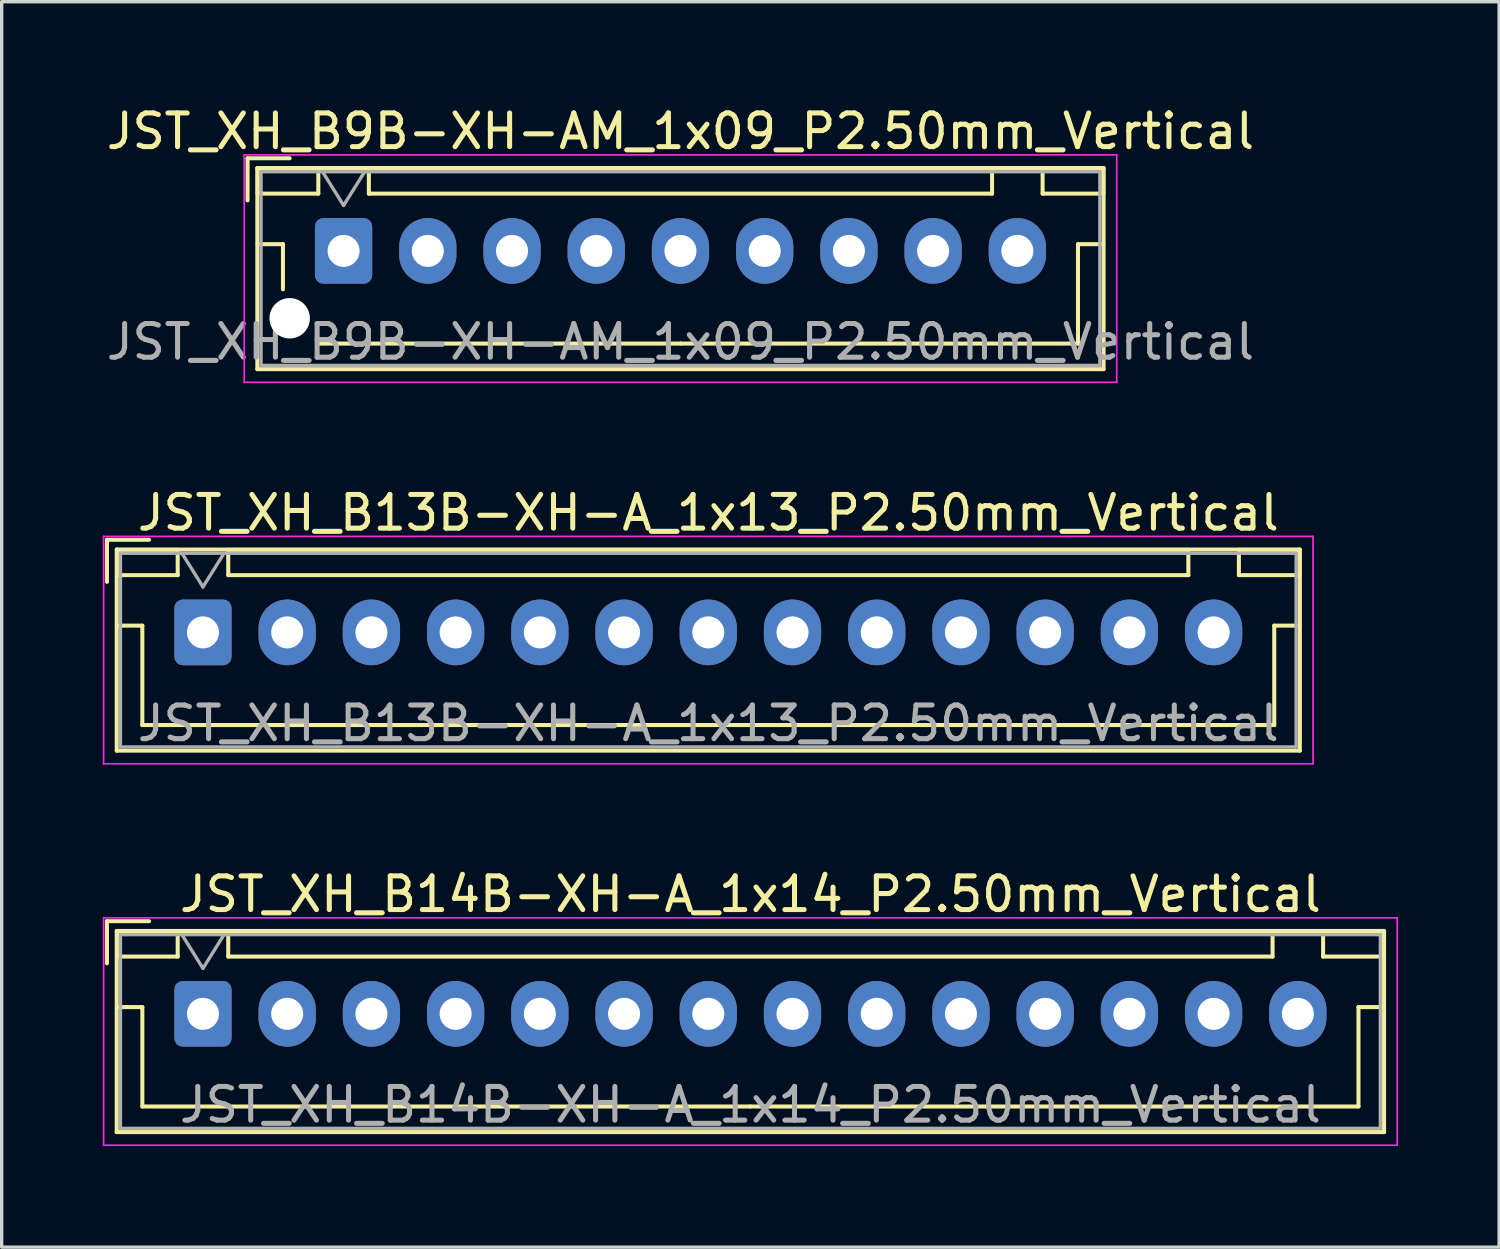
<source format=kicad_pcb>
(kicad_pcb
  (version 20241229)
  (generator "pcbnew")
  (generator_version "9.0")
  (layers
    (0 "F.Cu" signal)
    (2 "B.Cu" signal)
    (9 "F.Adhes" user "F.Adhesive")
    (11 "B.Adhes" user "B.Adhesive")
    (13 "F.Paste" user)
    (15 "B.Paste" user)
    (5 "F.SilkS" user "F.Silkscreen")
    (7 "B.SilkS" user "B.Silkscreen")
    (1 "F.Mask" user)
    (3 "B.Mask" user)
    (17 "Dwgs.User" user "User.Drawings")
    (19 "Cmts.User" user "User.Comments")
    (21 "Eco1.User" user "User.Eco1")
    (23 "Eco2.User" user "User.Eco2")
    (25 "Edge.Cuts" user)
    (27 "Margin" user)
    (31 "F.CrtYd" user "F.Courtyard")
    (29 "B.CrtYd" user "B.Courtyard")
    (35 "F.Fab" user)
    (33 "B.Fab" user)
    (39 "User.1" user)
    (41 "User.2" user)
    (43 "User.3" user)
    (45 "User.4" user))
  (footprint "JST_XH_B9B-XH-AM_1x09_P2.50mm_Vertical"
    (layer "F.Cu")
    (at 7.149 4.398)
    (property "Reference" "JST_XH_B9B-XH-AM_1x09_P2.50mm_Vertical" (at 10 -3.55 0) (layer "F.SilkS") (effects (font (size 1 1) (thickness 0.15))))
    (attr through_hole)
    (fp_line (start -2.85 -2.75) (end -2.85 -1.5) (stroke (width 0.12) (type solid)) (layer "F.SilkS"))
    (fp_line (start -2.56 -2.46) (end -2.56 3.51) (stroke (width 0.12) (type solid)) (layer "F.SilkS"))
    (fp_line (start -2.56 3.51) (end 22.56 3.51) (stroke (width 0.12) (type solid)) (layer "F.SilkS"))
    (fp_line (start -2.55 -2.45) (end -2.55 -1.7) (stroke (width 0.12) (type solid)) (layer "F.SilkS"))
    (fp_line (start -2.55 -1.7) (end -0.75 -1.7) (stroke (width 0.12) (type solid)) (layer "F.SilkS"))
    (fp_line (start -2.55 -0.2) (end -1.8 -0.2) (stroke (width 0.12) (type solid)) (layer "F.SilkS"))
    (fp_line (start -1.8 -0.2) (end -1.8 1.14) (stroke (width 0.12) (type solid)) (layer "F.SilkS"))
    (fp_line (start -1.6 -2.75) (end -2.85 -2.75) (stroke (width 0.12) (type solid)) (layer "F.SilkS"))
    (fp_line (start -0.75 -2.45) (end -2.55 -2.45) (stroke (width 0.12) (type solid)) (layer "F.SilkS"))
    (fp_line (start -0.75 -1.7) (end -0.75 -2.45) (stroke (width 0.12) (type solid)) (layer "F.SilkS"))
    (fp_line (start 0.75 -2.45) (end 0.75 -1.7) (stroke (width 0.12) (type solid)) (layer "F.SilkS"))
    (fp_line (start 0.75 -1.7) (end 19.25 -1.7) (stroke (width 0.12) (type solid)) (layer "F.SilkS"))
    (fp_line (start 10 2.75) (end -0.74 2.75) (stroke (width 0.12) (type solid)) (layer "F.SilkS"))
    (fp_line (start 19.25 -2.45) (end 0.75 -2.45) (stroke (width 0.12) (type solid)) (layer "F.SilkS"))
    (fp_line (start 19.25 -1.7) (end 19.25 -2.45) (stroke (width 0.12) (type solid)) (layer "F.SilkS"))
    (fp_line (start 20.75 -2.45) (end 20.75 -1.7) (stroke (width 0.12) (type solid)) (layer "F.SilkS"))
    (fp_line (start 20.75 -1.7) (end 22.55 -1.7) (stroke (width 0.12) (type solid)) (layer "F.SilkS"))
    (fp_line (start 21.8 -0.2) (end 21.8 2.75) (stroke (width 0.12) (type solid)) (layer "F.SilkS"))
    (fp_line (start 21.8 2.75) (end 10 2.75) (stroke (width 0.12) (type solid)) (layer "F.SilkS"))
    (fp_line (start 22.55 -2.45) (end 20.75 -2.45) (stroke (width 0.12) (type solid)) (layer "F.SilkS"))
    (fp_line (start 22.55 -1.7) (end 22.55 -2.45) (stroke (width 0.12) (type solid)) (layer "F.SilkS"))
    (fp_line (start 22.55 -0.2) (end 21.8 -0.2) (stroke (width 0.12) (type solid)) (layer "F.SilkS"))
    (fp_line (start 22.56 -2.46) (end -2.56 -2.46) (stroke (width 0.12) (type solid)) (layer "F.SilkS"))
    (fp_line (start 22.56 3.51) (end 22.56 -2.46) (stroke (width 0.12) (type solid)) (layer "F.SilkS"))
    (fp_line (start -2.95 -2.85) (end -2.95 3.9) (stroke (width 0.05) (type solid)) (layer "F.CrtYd"))
    (fp_line (start -2.95 3.9) (end 22.95 3.9) (stroke (width 0.05) (type solid)) (layer "F.CrtYd"))
    (fp_line (start 22.95 -2.85) (end -2.95 -2.85) (stroke (width 0.05) (type solid)) (layer "F.CrtYd"))
    (fp_line (start 22.95 3.9) (end 22.95 -2.85) (stroke (width 0.05) (type solid)) (layer "F.CrtYd"))
    (fp_line (start -2.45 -2.35) (end -2.45 3.4) (stroke (width 0.1) (type solid)) (layer "F.Fab"))
    (fp_line (start -2.45 3.4) (end 22.45 3.4) (stroke (width 0.1) (type solid)) (layer "F.Fab"))
    (fp_line (start -0.625 -2.35) (end 0 -1.35) (stroke (width 0.1) (type solid)) (layer "F.Fab"))
    (fp_line (start 0 -1.35) (end 0.625 -2.35) (stroke (width 0.1) (type solid)) (layer "F.Fab"))
    (fp_line (start 22.45 -2.35) (end -2.45 -2.35) (stroke (width 0.1) (type solid)) (layer "F.Fab"))
    (fp_line (start 22.45 3.4) (end 22.45 -2.35) (stroke (width 0.1) (type solid)) (layer "F.Fab"))
    (fp_text user "${REFERENCE}" (at 10 2.7 0) (layer "F.Fab") (effects (font (size 1 1) (thickness 0.15))))
    (pad "" np_thru_hole circle (at -1.6 2) (size 1.2 1.2) (drill 1.2) (layers "*.Cu" "*.Mask"))
    (pad "1" thru_hole roundrect (at 0 0) (size 1.7 1.95) (drill 0.95) (layers "*.Cu" "*.Mask") (roundrect_rratio 0.147))
    (pad "2" thru_hole oval (at 2.5 0) (size 1.7 1.95) (drill 0.95) (layers "*.Cu" "*.Mask"))
    (pad "3" thru_hole oval (at 5 0) (size 1.7 1.95) (drill 0.95) (layers "*.Cu" "*.Mask"))
    (pad "4" thru_hole oval (at 7.5 0) (size 1.7 1.95) (drill 0.95) (layers "*.Cu" "*.Mask"))
    (pad "5" thru_hole oval (at 10 0) (size 1.7 1.95) (drill 0.95) (layers "*.Cu" "*.Mask"))
    (pad "6" thru_hole oval (at 12.5 0) (size 1.7 1.95) (drill 0.95) (layers "*.Cu" "*.Mask"))
    (pad "7" thru_hole oval (at 15 0) (size 1.7 1.95) (drill 0.95) (layers "*.Cu" "*.Mask"))
    (pad "8" thru_hole oval (at 17.5 0) (size 1.7 1.95) (drill 0.95) (layers "*.Cu" "*.Mask"))
    (pad "9" thru_hole oval (at 20 0) (size 1.7 1.95) (drill 0.95) (layers "*.Cu" "*.Mask")))
  (footprint "JST_XH_B13B-XH-A_1x13_P2.50mm_Vertical"
    (layer "F.Cu")
    (at 2.975 15.722)
    (property "Reference" "JST_XH_B13B-XH-A_1x13_P2.50mm_Vertical" (at 15 -3.55 0) (layer "F.SilkS") (effects (font (size 1 1) (thickness 0.15))))
    (attr through_hole)
    (fp_line (start -2.85 -2.75) (end -2.85 -1.5) (stroke (width 0.12) (type solid)) (layer "F.SilkS"))
    (fp_line (start -2.56 -2.46) (end -2.56 3.51) (stroke (width 0.12) (type solid)) (layer "F.SilkS"))
    (fp_line (start -2.56 3.51) (end 32.56 3.51) (stroke (width 0.12) (type solid)) (layer "F.SilkS"))
    (fp_line (start -2.55 -2.45) (end -2.55 -1.7) (stroke (width 0.12) (type solid)) (layer "F.SilkS"))
    (fp_line (start -2.55 -1.7) (end -0.75 -1.7) (stroke (width 0.12) (type solid)) (layer "F.SilkS"))
    (fp_line (start -2.55 -0.2) (end -1.8 -0.2) (stroke (width 0.12) (type solid)) (layer "F.SilkS"))
    (fp_line (start -1.8 -0.2) (end -1.8 2.75) (stroke (width 0.12) (type solid)) (layer "F.SilkS"))
    (fp_line (start -1.8 2.75) (end 15 2.75) (stroke (width 0.12) (type solid)) (layer "F.SilkS"))
    (fp_line (start -1.6 -2.75) (end -2.85 -2.75) (stroke (width 0.12) (type solid)) (layer "F.SilkS"))
    (fp_line (start -0.75 -2.45) (end -2.55 -2.45) (stroke (width 0.12) (type solid)) (layer "F.SilkS"))
    (fp_line (start -0.75 -1.7) (end -0.75 -2.45) (stroke (width 0.12) (type solid)) (layer "F.SilkS"))
    (fp_line (start 0.75 -2.45) (end 0.75 -1.7) (stroke (width 0.12) (type solid)) (layer "F.SilkS"))
    (fp_line (start 0.75 -1.7) (end 29.25 -1.7) (stroke (width 0.12) (type solid)) (layer "F.SilkS"))
    (fp_line (start 29.25 -2.45) (end 0.75 -2.45) (stroke (width 0.12) (type solid)) (layer "F.SilkS"))
    (fp_line (start 29.25 -1.7) (end 29.25 -2.45) (stroke (width 0.12) (type solid)) (layer "F.SilkS"))
    (fp_line (start 30.75 -2.45) (end 30.75 -1.7) (stroke (width 0.12) (type solid)) (layer "F.SilkS"))
    (fp_line (start 30.75 -1.7) (end 32.55 -1.7) (stroke (width 0.12) (type solid)) (layer "F.SilkS"))
    (fp_line (start 31.8 -0.2) (end 31.8 2.75) (stroke (width 0.12) (type solid)) (layer "F.SilkS"))
    (fp_line (start 31.8 2.75) (end 15 2.75) (stroke (width 0.12) (type solid)) (layer "F.SilkS"))
    (fp_line (start 32.55 -2.45) (end 30.75 -2.45) (stroke (width 0.12) (type solid)) (layer "F.SilkS"))
    (fp_line (start 32.55 -1.7) (end 32.55 -2.45) (stroke (width 0.12) (type solid)) (layer "F.SilkS"))
    (fp_line (start 32.55 -0.2) (end 31.8 -0.2) (stroke (width 0.12) (type solid)) (layer "F.SilkS"))
    (fp_line (start 32.56 -2.46) (end -2.56 -2.46) (stroke (width 0.12) (type solid)) (layer "F.SilkS"))
    (fp_line (start 32.56 3.51) (end 32.56 -2.46) (stroke (width 0.12) (type solid)) (layer "F.SilkS"))
    (fp_line (start -2.95 -2.85) (end -2.95 3.9) (stroke (width 0.05) (type solid)) (layer "F.CrtYd"))
    (fp_line (start -2.95 3.9) (end 32.95 3.9) (stroke (width 0.05) (type solid)) (layer "F.CrtYd"))
    (fp_line (start 32.95 -2.85) (end -2.95 -2.85) (stroke (width 0.05) (type solid)) (layer "F.CrtYd"))
    (fp_line (start 32.95 3.9) (end 32.95 -2.85) (stroke (width 0.05) (type solid)) (layer "F.CrtYd"))
    (fp_line (start -2.45 -2.35) (end -2.45 3.4) (stroke (width 0.1) (type solid)) (layer "F.Fab"))
    (fp_line (start -2.45 3.4) (end 32.45 3.4) (stroke (width 0.1) (type solid)) (layer "F.Fab"))
    (fp_line (start -0.625 -2.35) (end 0 -1.35) (stroke (width 0.1) (type solid)) (layer "F.Fab"))
    (fp_line (start 0 -1.35) (end 0.625 -2.35) (stroke (width 0.1) (type solid)) (layer "F.Fab"))
    (fp_line (start 32.45 -2.35) (end -2.45 -2.35) (stroke (width 0.1) (type solid)) (layer "F.Fab"))
    (fp_line (start 32.45 3.4) (end 32.45 -2.35) (stroke (width 0.1) (type solid)) (layer "F.Fab"))
    (fp_text user "${REFERENCE}" (at 15 2.7 0) (layer "F.Fab") (effects (font (size 1 1) (thickness 0.15))))
    (pad "1" thru_hole roundrect (at 0 0) (size 1.7 1.95) (drill 0.95) (layers "*.Cu" "*.Mask") (roundrect_rratio 0.147))
    (pad "2" thru_hole oval (at 2.5 0) (size 1.7 1.95) (drill 0.95) (layers "*.Cu" "*.Mask"))
    (pad "3" thru_hole oval (at 5 0) (size 1.7 1.95) (drill 0.95) (layers "*.Cu" "*.Mask"))
    (pad "4" thru_hole oval (at 7.5 0) (size 1.7 1.95) (drill 0.95) (layers "*.Cu" "*.Mask"))
    (pad "5" thru_hole oval (at 10 0) (size 1.7 1.95) (drill 0.95) (layers "*.Cu" "*.Mask"))
    (pad "6" thru_hole oval (at 12.5 0) (size 1.7 1.95) (drill 0.95) (layers "*.Cu" "*.Mask"))
    (pad "7" thru_hole oval (at 15 0) (size 1.7 1.95) (drill 0.95) (layers "*.Cu" "*.Mask"))
    (pad "8" thru_hole oval (at 17.5 0) (size 1.7 1.95) (drill 0.95) (layers "*.Cu" "*.Mask"))
    (pad "9" thru_hole oval (at 20 0) (size 1.7 1.95) (drill 0.95) (layers "*.Cu" "*.Mask"))
    (pad "10" thru_hole oval (at 22.5 0) (size 1.7 1.95) (drill 0.95) (layers "*.Cu" "*.Mask"))
    (pad "11" thru_hole oval (at 25 0) (size 1.7 1.95) (drill 0.95) (layers "*.Cu" "*.Mask"))
    (pad "12" thru_hole oval (at 27.5 0) (size 1.7 1.95) (drill 0.95) (layers "*.Cu" "*.Mask"))
    (pad "13" thru_hole oval (at 30 0) (size 1.7 1.95) (drill 0.95) (layers "*.Cu" "*.Mask")))
  (footprint "JST_XH_B14B-XH-A_1x14_P2.50mm_Vertical"
    (layer "F.Cu")
    (at 2.975 27.045)
    (property "Reference" "JST_XH_B14B-XH-A_1x14_P2.50mm_Vertical" (at 16.25 -3.55 0) (layer "F.SilkS") (effects (font (size 1 1) (thickness 0.15))))
    (attr through_hole)
    (fp_line (start -2.85 -2.75) (end -2.85 -1.5) (stroke (width 0.12) (type solid)) (layer "F.SilkS"))
    (fp_line (start -2.56 -2.46) (end -2.56 3.51) (stroke (width 0.12) (type solid)) (layer "F.SilkS"))
    (fp_line (start -2.56 3.51) (end 35.06 3.51) (stroke (width 0.12) (type solid)) (layer "F.SilkS"))
    (fp_line (start -2.55 -2.45) (end -2.55 -1.7) (stroke (width 0.12) (type solid)) (layer "F.SilkS"))
    (fp_line (start -2.55 -1.7) (end -0.75 -1.7) (stroke (width 0.12) (type solid)) (layer "F.SilkS"))
    (fp_line (start -2.55 -0.2) (end -1.8 -0.2) (stroke (width 0.12) (type solid)) (layer "F.SilkS"))
    (fp_line (start -1.8 -0.2) (end -1.8 2.75) (stroke (width 0.12) (type solid)) (layer "F.SilkS"))
    (fp_line (start -1.8 2.75) (end 16.25 2.75) (stroke (width 0.12) (type solid)) (layer "F.SilkS"))
    (fp_line (start -1.6 -2.75) (end -2.85 -2.75) (stroke (width 0.12) (type solid)) (layer "F.SilkS"))
    (fp_line (start -0.75 -2.45) (end -2.55 -2.45) (stroke (width 0.12) (type solid)) (layer "F.SilkS"))
    (fp_line (start -0.75 -1.7) (end -0.75 -2.45) (stroke (width 0.12) (type solid)) (layer "F.SilkS"))
    (fp_line (start 0.75 -2.45) (end 0.75 -1.7) (stroke (width 0.12) (type solid)) (layer "F.SilkS"))
    (fp_line (start 0.75 -1.7) (end 31.75 -1.7) (stroke (width 0.12) (type solid)) (layer "F.SilkS"))
    (fp_line (start 31.75 -2.45) (end 0.75 -2.45) (stroke (width 0.12) (type solid)) (layer "F.SilkS"))
    (fp_line (start 31.75 -1.7) (end 31.75 -2.45) (stroke (width 0.12) (type solid)) (layer "F.SilkS"))
    (fp_line (start 33.25 -2.45) (end 33.25 -1.7) (stroke (width 0.12) (type solid)) (layer "F.SilkS"))
    (fp_line (start 33.25 -1.7) (end 35.05 -1.7) (stroke (width 0.12) (type solid)) (layer "F.SilkS"))
    (fp_line (start 34.3 -0.2) (end 34.3 2.75) (stroke (width 0.12) (type solid)) (layer "F.SilkS"))
    (fp_line (start 34.3 2.75) (end 16.25 2.75) (stroke (width 0.12) (type solid)) (layer "F.SilkS"))
    (fp_line (start 35.05 -2.45) (end 33.25 -2.45) (stroke (width 0.12) (type solid)) (layer "F.SilkS"))
    (fp_line (start 35.05 -1.7) (end 35.05 -2.45) (stroke (width 0.12) (type solid)) (layer "F.SilkS"))
    (fp_line (start 35.05 -0.2) (end 34.3 -0.2) (stroke (width 0.12) (type solid)) (layer "F.SilkS"))
    (fp_line (start 35.06 -2.46) (end -2.56 -2.46) (stroke (width 0.12) (type solid)) (layer "F.SilkS"))
    (fp_line (start 35.06 3.51) (end 35.06 -2.46) (stroke (width 0.12) (type solid)) (layer "F.SilkS"))
    (fp_line (start -2.95 -2.85) (end -2.95 3.9) (stroke (width 0.05) (type solid)) (layer "F.CrtYd"))
    (fp_line (start -2.95 3.9) (end 35.45 3.9) (stroke (width 0.05) (type solid)) (layer "F.CrtYd"))
    (fp_line (start 35.45 -2.85) (end -2.95 -2.85) (stroke (width 0.05) (type solid)) (layer "F.CrtYd"))
    (fp_line (start 35.45 3.9) (end 35.45 -2.85) (stroke (width 0.05) (type solid)) (layer "F.CrtYd"))
    (fp_line (start -2.45 -2.35) (end -2.45 3.4) (stroke (width 0.1) (type solid)) (layer "F.Fab"))
    (fp_line (start -2.45 3.4) (end 34.95 3.4) (stroke (width 0.1) (type solid)) (layer "F.Fab"))
    (fp_line (start -0.625 -2.35) (end 0 -1.35) (stroke (width 0.1) (type solid)) (layer "F.Fab"))
    (fp_line (start 0 -1.35) (end 0.625 -2.35) (stroke (width 0.1) (type solid)) (layer "F.Fab"))
    (fp_line (start 34.95 -2.35) (end -2.45 -2.35) (stroke (width 0.1) (type solid)) (layer "F.Fab"))
    (fp_line (start 34.95 3.4) (end 34.95 -2.35) (stroke (width 0.1) (type solid)) (layer "F.Fab"))
    (fp_text user "${REFERENCE}" (at 16.25 2.7 0) (layer "F.Fab") (effects (font (size 1 1) (thickness 0.15))))
    (pad "1" thru_hole roundrect (at 0 0) (size 1.7 1.95) (drill 0.95) (layers "*.Cu" "*.Mask") (roundrect_rratio 0.147))
    (pad "2" thru_hole oval (at 2.5 0) (size 1.7 1.95) (drill 0.95) (layers "*.Cu" "*.Mask"))
    (pad "3" thru_hole oval (at 5 0) (size 1.7 1.95) (drill 0.95) (layers "*.Cu" "*.Mask"))
    (pad "4" thru_hole oval (at 7.5 0) (size 1.7 1.95) (drill 0.95) (layers "*.Cu" "*.Mask"))
    (pad "5" thru_hole oval (at 10 0) (size 1.7 1.95) (drill 0.95) (layers "*.Cu" "*.Mask"))
    (pad "6" thru_hole oval (at 12.5 0) (size 1.7 1.95) (drill 0.95) (layers "*.Cu" "*.Mask"))
    (pad "7" thru_hole oval (at 15 0) (size 1.7 1.95) (drill 0.95) (layers "*.Cu" "*.Mask"))
    (pad "8" thru_hole oval (at 17.5 0) (size 1.7 1.95) (drill 0.95) (layers "*.Cu" "*.Mask"))
    (pad "9" thru_hole oval (at 20 0) (size 1.7 1.95) (drill 0.95) (layers "*.Cu" "*.Mask"))
    (pad "10" thru_hole oval (at 22.5 0) (size 1.7 1.95) (drill 0.95) (layers "*.Cu" "*.Mask"))
    (pad "11" thru_hole oval (at 25 0) (size 1.7 1.95) (drill 0.95) (layers "*.Cu" "*.Mask"))
    (pad "12" thru_hole oval (at 27.5 0) (size 1.7 1.95) (drill 0.95) (layers "*.Cu" "*.Mask"))
    (pad "13" thru_hole oval (at 30 0) (size 1.7 1.95) (drill 0.95) (layers "*.Cu" "*.Mask"))
    (pad "14" thru_hole oval (at 32.5 0) (size 1.7 1.95) (drill 0.95) (layers "*.Cu" "*.Mask")))
  (gr_rect
    (start -3 -3)
    (end 41.45 33.97)
    (stroke (width 0.1) (type default))
    (fill no)
    (layer "Edge.Cuts")))
</source>
